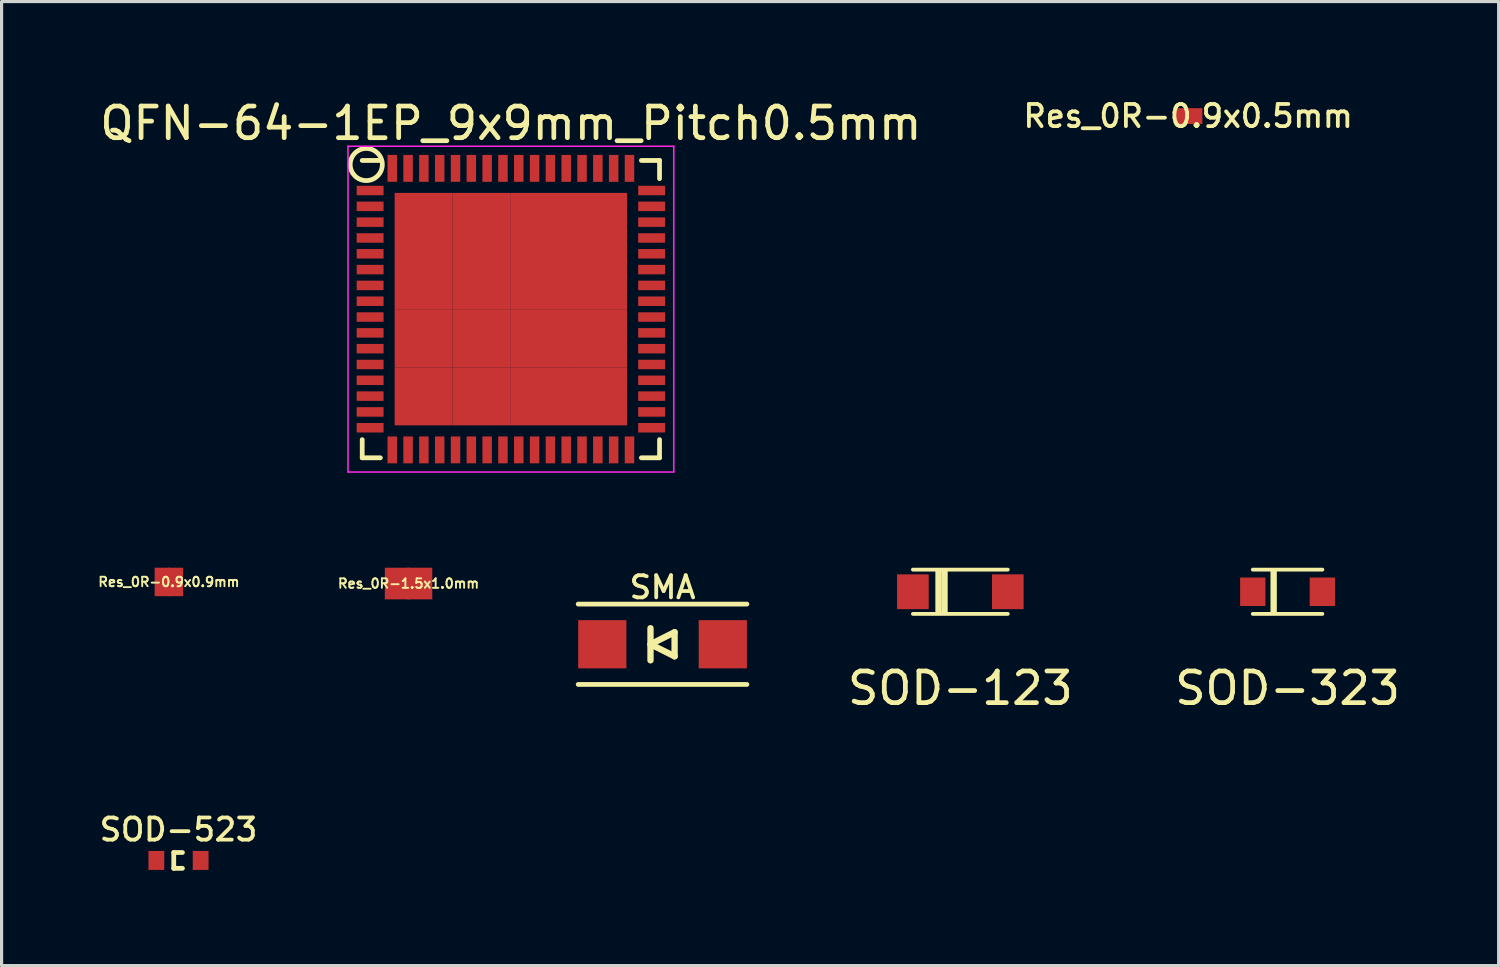
<source format=kicad_pcb>
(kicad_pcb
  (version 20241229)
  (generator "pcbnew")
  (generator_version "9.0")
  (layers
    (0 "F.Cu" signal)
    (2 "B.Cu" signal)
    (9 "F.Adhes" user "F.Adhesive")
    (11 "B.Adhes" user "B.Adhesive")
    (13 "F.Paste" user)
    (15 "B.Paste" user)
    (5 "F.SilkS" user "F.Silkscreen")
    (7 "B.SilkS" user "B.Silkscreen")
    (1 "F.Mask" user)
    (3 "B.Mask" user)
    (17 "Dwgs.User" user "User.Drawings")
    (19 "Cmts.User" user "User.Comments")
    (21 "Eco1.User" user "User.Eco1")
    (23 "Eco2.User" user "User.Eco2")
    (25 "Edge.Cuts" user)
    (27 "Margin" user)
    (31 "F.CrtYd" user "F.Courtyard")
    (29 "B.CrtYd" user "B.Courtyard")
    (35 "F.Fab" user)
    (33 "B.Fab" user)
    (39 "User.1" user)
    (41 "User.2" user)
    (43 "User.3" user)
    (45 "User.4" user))
  (footprint "SMA"
    (layer "F.Cu")
    (at 17.896 17.318)
    (property "Reference" "SMA" (at 0 -1.8 0) (layer "F.SilkS") (effects (font (size 0.7 0.7) (thickness 0.12))))
    (attr smd)
    (fp_line (start -2.667 -1.27) (end 2.667 -1.27) (stroke (width 0.15) (type solid)) (layer "F.SilkS"))
    (fp_line (start -0.381 -0.508) (end -0.381 0.508) (stroke (width 0.2) (type solid)) (layer "F.SilkS"))
    (fp_line (start -0.381 0) (end 0.381 -0.381) (stroke (width 0.2) (type solid)) (layer "F.SilkS"))
    (fp_line (start 0.381 -0.381) (end 0.381 0.381) (stroke (width 0.2) (type solid)) (layer "F.SilkS"))
    (fp_line (start 0.381 0.381) (end -0.381 0) (stroke (width 0.2) (type solid)) (layer "F.SilkS"))
    (fp_line (start 2.667 1.27) (end -2.667 1.27) (stroke (width 0.15) (type solid)) (layer "F.SilkS"))
    (pad "1" smd rect (at -1.905 0) (size 1.524 1.524) (layers "F.Cu" "F.Mask" "F.Paste"))
    (pad "2" smd rect (at 1.905 0) (size 1.524 1.524) (layers "F.Cu" "F.Mask" "F.Paste")))
  (footprint "QFN-64-1EP_9x9mm_Pitch0.5mm"
    (layer "F.Cu")
    (at 13.101 6.723)
    (property "Reference" "QFN-64-1EP_9x9mm_Pitch0.5mm" (at 0 -5.875 0) (layer "F.SilkS") (effects (font (size 1 1) (thickness 0.15))))
    (attr smd)
    (fp_line (start -4.7 -4.7) (end -4.125 -4.7) (stroke (width 0.15) (type solid)) (layer "F.SilkS"))
    (fp_line (start -4.7 4.7) (end -4.7 4.125) (stroke (width 0.15) (type solid)) (layer "F.SilkS"))
    (fp_line (start -4.7 4.7) (end -4.125 4.7) (stroke (width 0.15) (type solid)) (layer "F.SilkS"))
    (fp_line (start 4.7 -4.7) (end 4.125 -4.7) (stroke (width 0.15) (type solid)) (layer "F.SilkS"))
    (fp_line (start 4.7 -4.7) (end 4.7 -4.125) (stroke (width 0.15) (type solid)) (layer "F.SilkS"))
    (fp_line (start 4.7 4.7) (end 4.125 4.7) (stroke (width 0.15) (type solid)) (layer "F.SilkS"))
    (fp_line (start 4.7 4.7) (end 4.7 4.125) (stroke (width 0.15) (type solid)) (layer "F.SilkS"))
    (fp_circle (center -4.572 -4.572) (end -5.08 -4.572) (stroke (width 0.15) (type solid)) (fill no) (layer "F.SilkS"))
    (fp_line (start -5.15 -5.15) (end -5.15 5.15) (stroke (width 0.05) (type solid)) (layer "F.CrtYd"))
    (fp_line (start -5.15 -5.15) (end 5.15 -5.15) (stroke (width 0.05) (type solid)) (layer "F.CrtYd"))
    (fp_line (start -5.15 5.15) (end 5.15 5.15) (stroke (width 0.05) (type solid)) (layer "F.CrtYd"))
    (fp_line (start 5.15 -5.15) (end 5.15 5.15) (stroke (width 0.05) (type solid)) (layer "F.CrtYd"))
    (pad "1" smd rect (at -4.45 -3.75) (size 0.85 0.3) (layers "F.Cu" "F.Mask" "F.Paste"))
    (pad "2" smd rect (at -4.45 -3.25) (size 0.85 0.3) (layers "F.Cu" "F.Mask" "F.Paste"))
    (pad "3" smd rect (at -4.45 -2.75) (size 0.85 0.3) (layers "F.Cu" "F.Mask" "F.Paste"))
    (pad "4" smd rect (at -4.45 -2.25) (size 0.85 0.3) (layers "F.Cu" "F.Mask" "F.Paste"))
    (pad "5" smd rect (at -4.45 -1.75) (size 0.85 0.3) (layers "F.Cu" "F.Mask" "F.Paste"))
    (pad "6" smd rect (at -4.45 -1.25) (size 0.85 0.3) (layers "F.Cu" "F.Mask" "F.Paste"))
    (pad "7" smd rect (at -4.45 -0.75) (size 0.85 0.3) (layers "F.Cu" "F.Mask" "F.Paste"))
    (pad "8" smd rect (at -4.45 -0.25) (size 0.85 0.3) (layers "F.Cu" "F.Mask" "F.Paste"))
    (pad "9" smd rect (at -4.45 0.25) (size 0.85 0.3) (layers "F.Cu" "F.Mask" "F.Paste"))
    (pad "10" smd rect (at -4.45 0.75) (size 0.85 0.3) (layers "F.Cu" "F.Mask" "F.Paste"))
    (pad "11" smd rect (at -4.45 1.25) (size 0.85 0.3) (layers "F.Cu" "F.Mask" "F.Paste"))
    (pad "12" smd rect (at -4.45 1.75) (size 0.85 0.3) (layers "F.Cu" "F.Mask" "F.Paste"))
    (pad "13" smd rect (at -4.45 2.25) (size 0.85 0.3) (layers "F.Cu" "F.Mask" "F.Paste"))
    (pad "14" smd rect (at -4.45 2.75) (size 0.85 0.3) (layers "F.Cu" "F.Mask" "F.Paste"))
    (pad "15" smd rect (at -4.45 3.25) (size 0.85 0.3) (layers "F.Cu" "F.Mask" "F.Paste"))
    (pad "16" smd rect (at -4.45 3.75) (size 0.85 0.3) (layers "F.Cu" "F.Mask" "F.Paste"))
    (pad "17" smd rect (at -3.75 4.45 90) (size 0.85 0.3) (layers "F.Cu" "F.Mask" "F.Paste"))
    (pad "18" smd rect (at -3.25 4.45 90) (size 0.85 0.3) (layers "F.Cu" "F.Mask" "F.Paste"))
    (pad "19" smd rect (at -2.75 4.45 90) (size 0.85 0.3) (layers "F.Cu" "F.Mask" "F.Paste"))
    (pad "20" smd rect (at -2.25 4.45 90) (size 0.85 0.3) (layers "F.Cu" "F.Mask" "F.Paste"))
    (pad "21" smd rect (at -1.75 4.45 90) (size 0.85 0.3) (layers "F.Cu" "F.Mask" "F.Paste"))
    (pad "22" smd rect (at -1.25 4.45 90) (size 0.85 0.3) (layers "F.Cu" "F.Mask" "F.Paste"))
    (pad "23" smd rect (at -0.75 4.45 90) (size 0.85 0.3) (layers "F.Cu" "F.Mask" "F.Paste"))
    (pad "24" smd rect (at -0.25 4.45 90) (size 0.85 0.3) (layers "F.Cu" "F.Mask" "F.Paste"))
    (pad "25" smd rect (at 0.25 4.45 90) (size 0.85 0.3) (layers "F.Cu" "F.Mask" "F.Paste"))
    (pad "26" smd rect (at 0.75 4.45 90) (size 0.85 0.3) (layers "F.Cu" "F.Mask" "F.Paste"))
    (pad "27" smd rect (at 1.25 4.45 90) (size 0.85 0.3) (layers "F.Cu" "F.Mask" "F.Paste"))
    (pad "28" smd rect (at 1.75 4.45 90) (size 0.85 0.3) (layers "F.Cu" "F.Mask" "F.Paste"))
    (pad "29" smd rect (at 2.25 4.45 90) (size 0.85 0.3) (layers "F.Cu" "F.Mask" "F.Paste"))
    (pad "30" smd rect (at 2.75 4.45 90) (size 0.85 0.3) (layers "F.Cu" "F.Mask" "F.Paste"))
    (pad "31" smd rect (at 3.25 4.45 90) (size 0.85 0.3) (layers "F.Cu" "F.Mask" "F.Paste"))
    (pad "32" smd rect (at 3.75 4.45 90) (size 0.85 0.3) (layers "F.Cu" "F.Mask" "F.Paste"))
    (pad "33" smd rect (at 4.45 3.75) (size 0.85 0.3) (layers "F.Cu" "F.Mask" "F.Paste"))
    (pad "34" smd rect (at 4.45 3.25) (size 0.85 0.3) (layers "F.Cu" "F.Mask" "F.Paste"))
    (pad "35" smd rect (at 4.45 2.75) (size 0.85 0.3) (layers "F.Cu" "F.Mask" "F.Paste"))
    (pad "36" smd rect (at 4.45 2.25) (size 0.85 0.3) (layers "F.Cu" "F.Mask" "F.Paste"))
    (pad "37" smd rect (at 4.45 1.75) (size 0.85 0.3) (layers "F.Cu" "F.Mask" "F.Paste"))
    (pad "38" smd rect (at 4.45 1.25) (size 0.85 0.3) (layers "F.Cu" "F.Mask" "F.Paste"))
    (pad "39" smd rect (at 4.45 0.75) (size 0.85 0.3) (layers "F.Cu" "F.Mask" "F.Paste"))
    (pad "40" smd rect (at 4.45 0.25) (size 0.85 0.3) (layers "F.Cu" "F.Mask" "F.Paste"))
    (pad "41" smd rect (at 4.45 -0.25) (size 0.85 0.3) (layers "F.Cu" "F.Mask" "F.Paste"))
    (pad "42" smd rect (at 4.45 -0.75) (size 0.85 0.3) (layers "F.Cu" "F.Mask" "F.Paste"))
    (pad "43" smd rect (at 4.45 -1.25) (size 0.85 0.3) (layers "F.Cu" "F.Mask" "F.Paste"))
    (pad "44" smd rect (at 4.45 -1.75) (size 0.85 0.3) (layers "F.Cu" "F.Mask" "F.Paste"))
    (pad "45" smd rect (at 4.45 -2.25) (size 0.85 0.3) (layers "F.Cu" "F.Mask" "F.Paste"))
    (pad "46" smd rect (at 4.45 -2.75) (size 0.85 0.3) (layers "F.Cu" "F.Mask" "F.Paste"))
    (pad "47" smd rect (at 4.45 -3.25) (size 0.85 0.3) (layers "F.Cu" "F.Mask" "F.Paste"))
    (pad "48" smd rect (at 4.45 -3.75) (size 0.85 0.3) (layers "F.Cu" "F.Mask" "F.Paste"))
    (pad "49" smd rect (at 3.75 -4.45 90) (size 0.85 0.3) (layers "F.Cu" "F.Mask" "F.Paste"))
    (pad "50" smd rect (at 3.25 -4.45 90) (size 0.85 0.3) (layers "F.Cu" "F.Mask" "F.Paste"))
    (pad "51" smd rect (at 2.75 -4.45 90) (size 0.85 0.3) (layers "F.Cu" "F.Mask" "F.Paste"))
    (pad "52" smd rect (at 2.25 -4.45 90) (size 0.85 0.3) (layers "F.Cu" "F.Mask" "F.Paste"))
    (pad "53" smd rect (at 1.75 -4.45 90) (size 0.85 0.3) (layers "F.Cu" "F.Mask" "F.Paste"))
    (pad "54" smd rect (at 1.25 -4.45 90) (size 0.85 0.3) (layers "F.Cu" "F.Mask" "F.Paste"))
    (pad "55" smd rect (at 0.75 -4.45 90) (size 0.85 0.3) (layers "F.Cu" "F.Mask" "F.Paste"))
    (pad "56" smd rect (at 0.25 -4.45 90) (size 0.85 0.3) (layers "F.Cu" "F.Mask" "F.Paste"))
    (pad "57" smd rect (at -0.25 -4.45 90) (size 0.85 0.3) (layers "F.Cu" "F.Mask" "F.Paste"))
    (pad "58" smd rect (at -0.75 -4.45 90) (size 0.85 0.3) (layers "F.Cu" "F.Mask" "F.Paste"))
    (pad "59" smd rect (at -1.25 -4.45 90) (size 0.85 0.3) (layers "F.Cu" "F.Mask" "F.Paste"))
    (pad "60" smd rect (at -1.75 -4.45 90) (size 0.85 0.3) (layers "F.Cu" "F.Mask" "F.Paste"))
    (pad "61" smd rect (at -2.25 -4.45 90) (size 0.85 0.3) (layers "F.Cu" "F.Mask" "F.Paste"))
    (pad "62" smd rect (at -2.75 -4.45 90) (size 0.85 0.3) (layers "F.Cu" "F.Mask" "F.Paste"))
    (pad "63" smd rect (at -3.25 -4.45 90) (size 0.85 0.3) (layers "F.Cu" "F.Mask" "F.Paste"))
    (pad "64" smd rect (at -3.75 -4.45 90) (size 0.85 0.3) (layers "F.Cu" "F.Mask" "F.Paste"))
    (pad "65" smd rect (at -2.756 -2.756) (size 1.837 1.837) (layers "F.Cu" "F.Mask" "F.Paste"))
    (pad "65" smd rect (at -2.756 -0.919) (size 1.837 1.837) (layers "F.Cu" "F.Mask" "F.Paste"))
    (pad "65" smd rect (at -2.756 0.919) (size 1.837 1.837) (layers "F.Cu" "F.Mask" "F.Paste"))
    (pad "65" smd rect (at -2.756 2.756) (size 1.837 1.837) (layers "F.Cu" "F.Mask" "F.Paste"))
    (pad "65" smd rect (at -0.919 -2.756) (size 1.837 1.837) (layers "F.Cu" "F.Mask" "F.Paste"))
    (pad "65" smd rect (at -0.919 -0.919) (size 1.837 1.837) (layers "F.Cu" "F.Mask" "F.Paste"))
    (pad "65" smd rect (at -0.919 0.919) (size 1.837 1.837) (layers "F.Cu" "F.Mask" "F.Paste"))
    (pad "65" smd rect (at -0.919 2.756) (size 1.837 1.837) (layers "F.Cu" "F.Mask" "F.Paste"))
    (pad "65" smd rect (at 0.919 -2.756) (size 1.837 1.837) (layers "F.Cu" "F.Mask" "F.Paste"))
    (pad "65" smd rect (at 0.919 -0.919) (size 1.837 1.837) (layers "F.Cu" "F.Mask" "F.Paste"))
    (pad "65" smd rect (at 0.919 0.919) (size 1.837 1.837) (layers "F.Cu" "F.Mask" "F.Paste"))
    (pad "65" smd rect (at 0.919 2.756) (size 1.837 1.837) (layers "F.Cu" "F.Mask" "F.Paste"))
    (pad "65" smd rect (at 2.756 -2.756) (size 1.837 1.837) (layers "F.Cu" "F.Mask" "F.Paste"))
    (pad "65" smd rect (at 2.756 -0.919) (size 1.837 1.837) (layers "F.Cu" "F.Mask" "F.Paste"))
    (pad "65" smd rect (at 2.756 0.919) (size 1.837 1.837) (layers "F.Cu" "F.Mask" "F.Paste"))
    (pad "65" smd rect (at 2.756 2.756) (size 1.837 1.837) (layers "F.Cu" "F.Mask" "F.Paste")))
  (footprint "Res_0R-1.5x1.0mm"
    (layer "F.Cu")
    (at 9.866 15.398)
    (property "Reference" "Res_0R-1.5x1.0mm" (at 0 0 0) (layer "F.SilkS") (effects (font (size 0.3 0.3) (thickness 0.06))))
    (attr through_hole)
    (pad "1" smd rect (at -0.35 0) (size 0.8 1) (layers "F.Cu"))
    (pad "2" smd rect (at 0.35 0) (size 0.8 1) (layers "F.Cu")))
  (footprint "SOD-123"
    (layer "F.Cu")
    (at 27.311 15.658)
    (property "Reference" "SOD-123" (at 0 3.05 0) (layer "F.SilkS") (effects (font (size 1 1) (thickness 0.15))))
    (attr through_hole)
    (fp_line (start -1.5 -0.7) (end 1.5 -0.7) (stroke (width 0.12) (type solid)) (layer "F.SilkS"))
    (fp_line (start -1.5 0.7) (end 1.5 0.7) (stroke (width 0.12) (type solid)) (layer "F.SilkS"))
    (fp_line (start -0.69 -0.64) (end -0.69 0.64) (stroke (width 0.2) (type solid)) (layer "F.SilkS"))
    (fp_line (start -0.5 -0.64) (end -0.5 0.64) (stroke (width 0.2) (type solid)) (layer "F.SilkS"))
    (pad "1" smd rect (at -1.5 0) (size 1 1.1) (layers "F.Cu" "F.Mask" "F.Paste"))
    (pad "2" smd rect (at 1.5 0) (size 1 1.1) (layers "F.Cu" "F.Mask" "F.Paste")))
  (footprint "SOD-523"
    (layer "F.Cu")
    (at 2.593 24.152)
    (property "Reference" "SOD-523" (at 0 -0.975 0) (layer "F.SilkS") (effects (font (size 0.7 0.7) (thickness 0.12))))
    (attr through_hole)
    (fp_line (start -0.15 -0.25) (end -0.15 0.25) (stroke (width 0.15) (type solid)) (layer "F.SilkS"))
    (fp_line (start -0.15 -0.25) (end 0.125 -0.25) (stroke (width 0.15) (type solid)) (layer "F.SilkS"))
    (fp_line (start -0.15 0.25) (end 0.125 0.25) (stroke (width 0.15) (type solid)) (layer "F.SilkS"))
    (pad "1" smd rect (at -0.7 0) (size 0.5 0.6) (layers "F.Cu" "F.Mask" "F.Paste"))
    (pad "2" smd rect (at 0.7 0) (size 0.5 0.6) (layers "F.Cu" "F.Mask" "F.Paste")))
  (footprint "SOD-323"
    (layer "F.Cu")
    (at 37.656 15.658)
    (property "Reference" "SOD-323" (at 0 3.05 0) (layer "F.SilkS") (effects (font (size 1 1) (thickness 0.15))))
    (attr through_hole)
    (fp_line (start -1.1 -0.7) (end 1.1 -0.7) (stroke (width 0.12) (type solid)) (layer "F.SilkS"))
    (fp_line (start -1.1 0.7) (end 1.1 0.7) (stroke (width 0.12) (type solid)) (layer "F.SilkS"))
    (fp_line (start -0.44 -0.64) (end -0.44 0.64) (stroke (width 0.2) (type solid)) (layer "F.SilkS"))
    (pad "1" smd rect (at -1.1 0) (size 0.8 0.9) (layers "F.Cu" "F.Mask" "F.Paste"))
    (pad "2" smd rect (at 1.1 0) (size 0.8 0.9) (layers "F.Cu" "F.Mask" "F.Paste")))
  (footprint "Res_0R-0.9x0.9mm"
    (layer "F.Cu")
    (at 2.289 15.348)
    (property "Reference" "Res_0R-0.9x0.9mm" (at 0 0 0) (layer "F.SilkS") (effects (font (size 0.3 0.3) (thickness 0.06))))
    (attr through_hole)
    (pad "1" smd rect (at -0.2 0) (size 0.5 0.9) (layers "F.Cu"))
    (pad "2" smd rect (at 0.2 0) (size 0.5 0.9) (layers "F.Cu")))
  (footprint "Res_0R-0.9x0.5mm"
    (layer "F.Cu")
    (at 34.512 0.62)
    (property "Reference" "Res_0R-0.9x0.5mm" (at 0 0 0) (layer "F.SilkS") (effects (font (size 0.7 0.7) (thickness 0.12))))
    (attr through_hole)
    (pad "1" smd rect (at -0.2 0) (size 0.5 0.5) (layers "F.Cu"))
    (pad "2" smd rect (at 0.2 0) (size 0.5 0.5) (layers "F.Cu")))
  (gr_rect
    (start -3 -3)
    (end 44.329 27.477)
    (stroke (width 0.1) (type default))
    (fill no)
    (layer "Edge.Cuts")))
</source>
